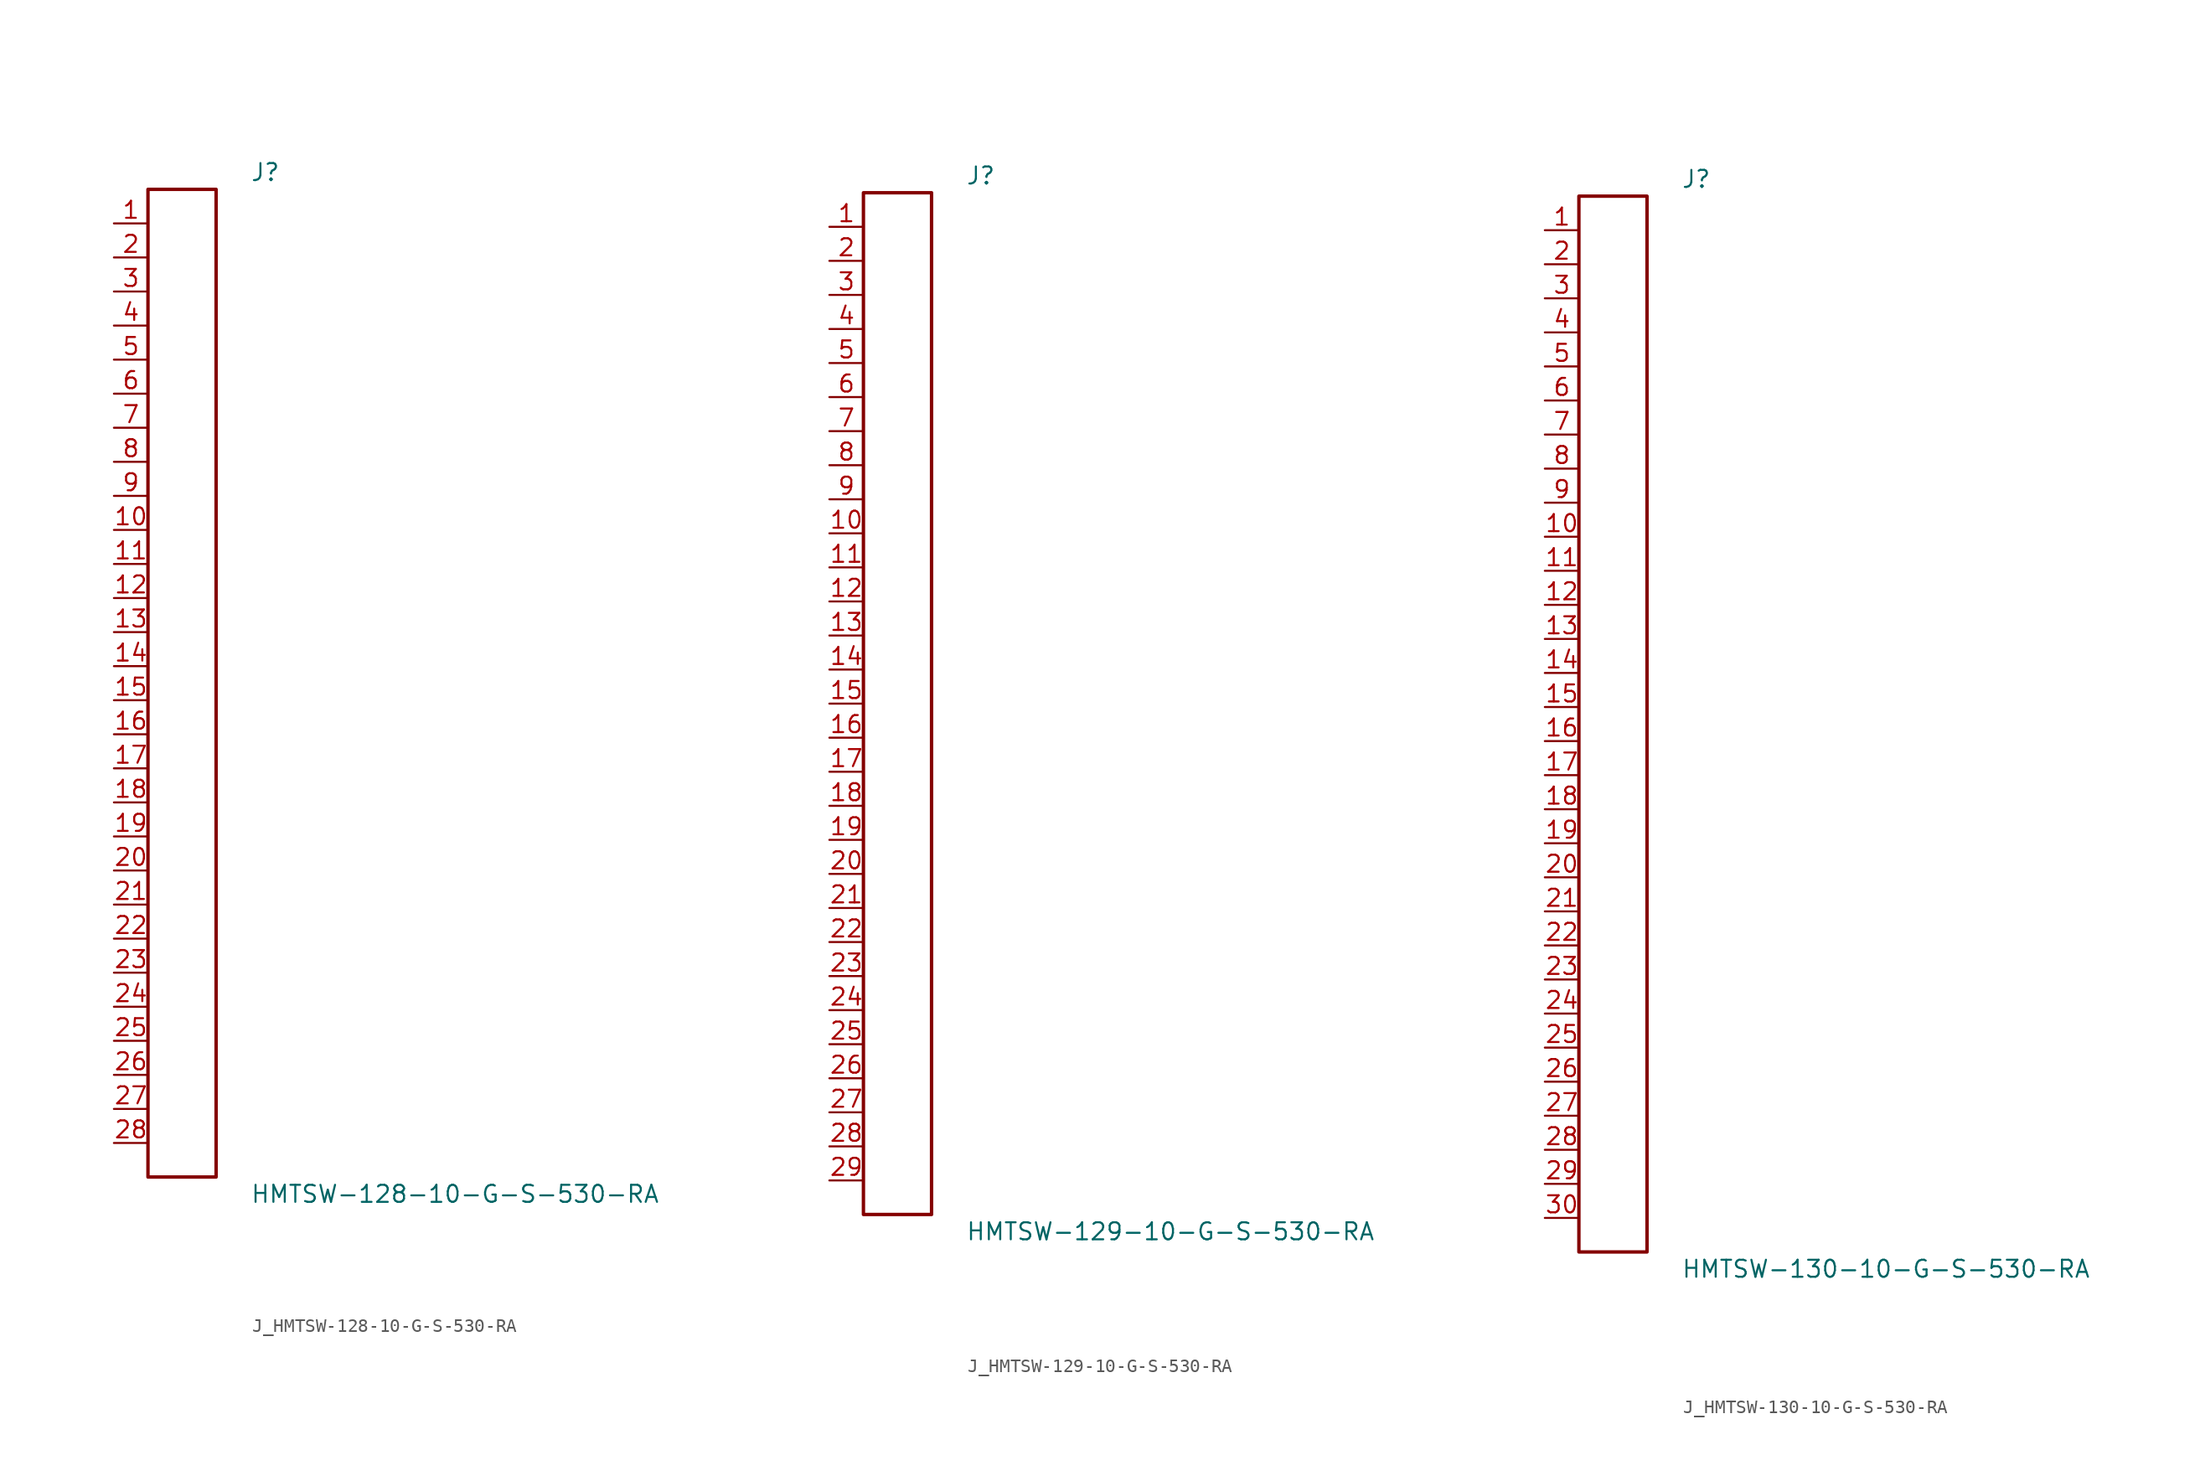
<source format=kicad_sym>
(kicad_symbol_lib
  (version 20231120)
  (generator kicad_symbol_editor)
  (generator_version 8.0)
  (symbol "J_HMTSW-128-10-G-S-530-RA"
    (pin_names
      (offset 0.254))
    (property "Reference" "J"
      (at 5.08 38.1 0)
      (effects (font (size 1.27 1.27)) (justify left)))
    (property "Value" "HMTSW-128-10-G-S-530-RA"
      (at 5.08 -38.1 0)
      (effects (font (size 1.27 1.27)) (justify left)))
    (symbol "J_HMTSW-128-10-G-S-530-RA_0_0"
      (pin unspecified line (at -5.08 34.29 0) (length 2.54) (name "" (effects (font (size 1.27 1.27)))) (number "1" (effects (font (size 1.27 1.27)))))
      (pin unspecified line (at -5.08 31.75 0) (length 2.54) (name "" (effects (font (size 1.27 1.27)))) (number "2" (effects (font (size 1.27 1.27)))))
      (pin unspecified line (at -5.08 29.21 0) (length 2.54) (name "" (effects (font (size 1.27 1.27)))) (number "3" (effects (font (size 1.27 1.27)))))
      (pin unspecified line (at -5.08 26.67 0) (length 2.54) (name "" (effects (font (size 1.27 1.27)))) (number "4" (effects (font (size 1.27 1.27)))))
      (pin unspecified line (at -5.08 24.13 0) (length 2.54) (name "" (effects (font (size 1.27 1.27)))) (number "5" (effects (font (size 1.27 1.27)))))
      (pin unspecified line (at -5.08 21.59 0) (length 2.54) (name "" (effects (font (size 1.27 1.27)))) (number "6" (effects (font (size 1.27 1.27)))))
      (pin unspecified line (at -5.08 19.05 0) (length 2.54) (name "" (effects (font (size 1.27 1.27)))) (number "7" (effects (font (size 1.27 1.27)))))
      (pin unspecified line (at -5.08 16.51 0) (length 2.54) (name "" (effects (font (size 1.27 1.27)))) (number "8" (effects (font (size 1.27 1.27)))))
      (pin unspecified line (at -5.08 13.97 0) (length 2.54) (name "" (effects (font (size 1.27 1.27)))) (number "9" (effects (font (size 1.27 1.27)))))
      (pin unspecified line (at -5.08 11.43 0) (length 2.54) (name "" (effects (font (size 1.27 1.27)))) (number "10" (effects (font (size 1.27 1.27)))))
      (pin unspecified line (at -5.08 8.89 0) (length 2.54) (name "" (effects (font (size 1.27 1.27)))) (number "11" (effects (font (size 1.27 1.27)))))
      (pin unspecified line (at -5.08 6.35 0) (length 2.54) (name "" (effects (font (size 1.27 1.27)))) (number "12" (effects (font (size 1.27 1.27)))))
      (pin unspecified line (at -5.08 3.81 0) (length 2.54) (name "" (effects (font (size 1.27 1.27)))) (number "13" (effects (font (size 1.27 1.27)))))
      (pin unspecified line (at -5.08 1.27 0) (length 2.54) (name "" (effects (font (size 1.27 1.27)))) (number "14" (effects (font (size 1.27 1.27)))))
      (pin unspecified line (at -5.08 -1.27 0) (length 2.54) (name "" (effects (font (size 1.27 1.27)))) (number "15" (effects (font (size 1.27 1.27)))))
      (pin unspecified line (at -5.08 -3.81 0) (length 2.54) (name "" (effects (font (size 1.27 1.27)))) (number "16" (effects (font (size 1.27 1.27)))))
      (pin unspecified line (at -5.08 -6.35 0) (length 2.54) (name "" (effects (font (size 1.27 1.27)))) (number "17" (effects (font (size 1.27 1.27)))))
      (pin unspecified line (at -5.08 -8.89 0) (length 2.54) (name "" (effects (font (size 1.27 1.27)))) (number "18" (effects (font (size 1.27 1.27)))))
      (pin unspecified line (at -5.08 -11.43 0) (length 2.54) (name "" (effects (font (size 1.27 1.27)))) (number "19" (effects (font (size 1.27 1.27)))))
      (pin unspecified line (at -5.08 -13.97 0) (length 2.54) (name "" (effects (font (size 1.27 1.27)))) (number "20" (effects (font (size 1.27 1.27)))))
      (pin unspecified line (at -5.08 -16.51 0) (length 2.54) (name "" (effects (font (size 1.27 1.27)))) (number "21" (effects (font (size 1.27 1.27)))))
      (pin unspecified line (at -5.08 -19.05 0) (length 2.54) (name "" (effects (font (size 1.27 1.27)))) (number "22" (effects (font (size 1.27 1.27)))))
      (pin unspecified line (at -5.08 -21.59 0) (length 2.54) (name "" (effects (font (size 1.27 1.27)))) (number "23" (effects (font (size 1.27 1.27)))))
      (pin unspecified line (at -5.08 -24.13 0) (length 2.54) (name "" (effects (font (size 1.27 1.27)))) (number "24" (effects (font (size 1.27 1.27)))))
      (pin unspecified line (at -5.08 -26.67 0) (length 2.54) (name "" (effects (font (size 1.27 1.27)))) (number "25" (effects (font (size 1.27 1.27)))))
      (pin unspecified line (at -5.08 -29.21 0) (length 2.54) (name "" (effects (font (size 1.27 1.27)))) (number "26" (effects (font (size 1.27 1.27)))))
      (pin unspecified line (at -5.08 -31.75 0) (length 2.54) (name "" (effects (font (size 1.27 1.27)))) (number "27" (effects (font (size 1.27 1.27)))))
      (pin unspecified line (at -5.08 -34.29 0) (length 2.54) (name "" (effects (font (size 1.27 1.27)))) (number "28" (effects (font (size 1.27 1.27))))))
    (symbol "J_HMTSW-128-10-G-S-530-RA_1_0"
      (rectangle (start -2.54 36.83) (end 2.54 -36.83) (stroke (width 0.254) (type solid)) (fill (type none)))))
  (symbol "J_HMTSW-129-10-G-S-530-RA"
    (pin_names
      (offset 0.254))
    (property "Reference" "J"
      (at 5.08 39.37 0)
      (effects (font (size 1.27 1.27)) (justify left)))
    (property "Value" "HMTSW-129-10-G-S-530-RA"
      (at 5.08 -39.37 0)
      (effects (font (size 1.27 1.27)) (justify left)))
    (symbol "J_HMTSW-129-10-G-S-530-RA_0_0"
      (pin unspecified line (at -5.08 35.56 0) (length 2.54) (name "" (effects (font (size 1.27 1.27)))) (number "1" (effects (font (size 1.27 1.27)))))
      (pin unspecified line (at -5.08 33.02 0) (length 2.54) (name "" (effects (font (size 1.27 1.27)))) (number "2" (effects (font (size 1.27 1.27)))))
      (pin unspecified line (at -5.08 30.48 0) (length 2.54) (name "" (effects (font (size 1.27 1.27)))) (number "3" (effects (font (size 1.27 1.27)))))
      (pin unspecified line (at -5.08 27.94 0) (length 2.54) (name "" (effects (font (size 1.27 1.27)))) (number "4" (effects (font (size 1.27 1.27)))))
      (pin unspecified line (at -5.08 25.4 0) (length 2.54) (name "" (effects (font (size 1.27 1.27)))) (number "5" (effects (font (size 1.27 1.27)))))
      (pin unspecified line (at -5.08 22.86 0) (length 2.54) (name "" (effects (font (size 1.27 1.27)))) (number "6" (effects (font (size 1.27 1.27)))))
      (pin unspecified line (at -5.08 20.32 0) (length 2.54) (name "" (effects (font (size 1.27 1.27)))) (number "7" (effects (font (size 1.27 1.27)))))
      (pin unspecified line (at -5.08 17.78 0) (length 2.54) (name "" (effects (font (size 1.27 1.27)))) (number "8" (effects (font (size 1.27 1.27)))))
      (pin unspecified line (at -5.08 15.24 0) (length 2.54) (name "" (effects (font (size 1.27 1.27)))) (number "9" (effects (font (size 1.27 1.27)))))
      (pin unspecified line (at -5.08 12.7 0) (length 2.54) (name "" (effects (font (size 1.27 1.27)))) (number "10" (effects (font (size 1.27 1.27)))))
      (pin unspecified line (at -5.08 10.16 0) (length 2.54) (name "" (effects (font (size 1.27 1.27)))) (number "11" (effects (font (size 1.27 1.27)))))
      (pin unspecified line (at -5.08 7.62 0) (length 2.54) (name "" (effects (font (size 1.27 1.27)))) (number "12" (effects (font (size 1.27 1.27)))))
      (pin unspecified line (at -5.08 5.08 0) (length 2.54) (name "" (effects (font (size 1.27 1.27)))) (number "13" (effects (font (size 1.27 1.27)))))
      (pin unspecified line (at -5.08 2.54 0) (length 2.54) (name "" (effects (font (size 1.27 1.27)))) (number "14" (effects (font (size 1.27 1.27)))))
      (pin unspecified line (at -5.08 0.0 0) (length 2.54) (name "" (effects (font (size 1.27 1.27)))) (number "15" (effects (font (size 1.27 1.27)))))
      (pin unspecified line (at -5.08 -2.54 0) (length 2.54) (name "" (effects (font (size 1.27 1.27)))) (number "16" (effects (font (size 1.27 1.27)))))
      (pin unspecified line (at -5.08 -5.08 0) (length 2.54) (name "" (effects (font (size 1.27 1.27)))) (number "17" (effects (font (size 1.27 1.27)))))
      (pin unspecified line (at -5.08 -7.62 0) (length 2.54) (name "" (effects (font (size 1.27 1.27)))) (number "18" (effects (font (size 1.27 1.27)))))
      (pin unspecified line (at -5.08 -10.16 0) (length 2.54) (name "" (effects (font (size 1.27 1.27)))) (number "19" (effects (font (size 1.27 1.27)))))
      (pin unspecified line (at -5.08 -12.7 0) (length 2.54) (name "" (effects (font (size 1.27 1.27)))) (number "20" (effects (font (size 1.27 1.27)))))
      (pin unspecified line (at -5.08 -15.24 0) (length 2.54) (name "" (effects (font (size 1.27 1.27)))) (number "21" (effects (font (size 1.27 1.27)))))
      (pin unspecified line (at -5.08 -17.78 0) (length 2.54) (name "" (effects (font (size 1.27 1.27)))) (number "22" (effects (font (size 1.27 1.27)))))
      (pin unspecified line (at -5.08 -20.32 0) (length 2.54) (name "" (effects (font (size 1.27 1.27)))) (number "23" (effects (font (size 1.27 1.27)))))
      (pin unspecified line (at -5.08 -22.86 0) (length 2.54) (name "" (effects (font (size 1.27 1.27)))) (number "24" (effects (font (size 1.27 1.27)))))
      (pin unspecified line (at -5.08 -25.4 0) (length 2.54) (name "" (effects (font (size 1.27 1.27)))) (number "25" (effects (font (size 1.27 1.27)))))
      (pin unspecified line (at -5.08 -27.94 0) (length 2.54) (name "" (effects (font (size 1.27 1.27)))) (number "26" (effects (font (size 1.27 1.27)))))
      (pin unspecified line (at -5.08 -30.48 0) (length 2.54) (name "" (effects (font (size 1.27 1.27)))) (number "27" (effects (font (size 1.27 1.27)))))
      (pin unspecified line (at -5.08 -33.02 0) (length 2.54) (name "" (effects (font (size 1.27 1.27)))) (number "28" (effects (font (size 1.27 1.27)))))
      (pin unspecified line (at -5.08 -35.56 0) (length 2.54) (name "" (effects (font (size 1.27 1.27)))) (number "29" (effects (font (size 1.27 1.27))))))
    (symbol "J_HMTSW-129-10-G-S-530-RA_1_0"
      (rectangle (start -2.54 38.1) (end 2.54 -38.1) (stroke (width 0.254) (type solid)) (fill (type none)))))
  (symbol "J_HMTSW-130-10-G-S-530-RA"
    (pin_names
      (offset 0.254))
    (property "Reference" "J"
      (at 5.08 40.64 0)
      (effects (font (size 1.27 1.27)) (justify left)))
    (property "Value" "HMTSW-130-10-G-S-530-RA"
      (at 5.08 -40.64 0)
      (effects (font (size 1.27 1.27)) (justify left)))
    (symbol "J_HMTSW-130-10-G-S-530-RA_0_0"
      (pin unspecified line (at -5.08 36.83 0) (length 2.54) (name "" (effects (font (size 1.27 1.27)))) (number "1" (effects (font (size 1.27 1.27)))))
      (pin unspecified line (at -5.08 34.29 0) (length 2.54) (name "" (effects (font (size 1.27 1.27)))) (number "2" (effects (font (size 1.27 1.27)))))
      (pin unspecified line (at -5.08 31.75 0) (length 2.54) (name "" (effects (font (size 1.27 1.27)))) (number "3" (effects (font (size 1.27 1.27)))))
      (pin unspecified line (at -5.08 29.21 0) (length 2.54) (name "" (effects (font (size 1.27 1.27)))) (number "4" (effects (font (size 1.27 1.27)))))
      (pin unspecified line (at -5.08 26.67 0) (length 2.54) (name "" (effects (font (size 1.27 1.27)))) (number "5" (effects (font (size 1.27 1.27)))))
      (pin unspecified line (at -5.08 24.13 0) (length 2.54) (name "" (effects (font (size 1.27 1.27)))) (number "6" (effects (font (size 1.27 1.27)))))
      (pin unspecified line (at -5.08 21.59 0) (length 2.54) (name "" (effects (font (size 1.27 1.27)))) (number "7" (effects (font (size 1.27 1.27)))))
      (pin unspecified line (at -5.08 19.05 0) (length 2.54) (name "" (effects (font (size 1.27 1.27)))) (number "8" (effects (font (size 1.27 1.27)))))
      (pin unspecified line (at -5.08 16.51 0) (length 2.54) (name "" (effects (font (size 1.27 1.27)))) (number "9" (effects (font (size 1.27 1.27)))))
      (pin unspecified line (at -5.08 13.97 0) (length 2.54) (name "" (effects (font (size 1.27 1.27)))) (number "10" (effects (font (size 1.27 1.27)))))
      (pin unspecified line (at -5.08 11.43 0) (length 2.54) (name "" (effects (font (size 1.27 1.27)))) (number "11" (effects (font (size 1.27 1.27)))))
      (pin unspecified line (at -5.08 8.89 0) (length 2.54) (name "" (effects (font (size 1.27 1.27)))) (number "12" (effects (font (size 1.27 1.27)))))
      (pin unspecified line (at -5.08 6.35 0) (length 2.54) (name "" (effects (font (size 1.27 1.27)))) (number "13" (effects (font (size 1.27 1.27)))))
      (pin unspecified line (at -5.08 3.81 0) (length 2.54) (name "" (effects (font (size 1.27 1.27)))) (number "14" (effects (font (size 1.27 1.27)))))
      (pin unspecified line (at -5.08 1.27 0) (length 2.54) (name "" (effects (font (size 1.27 1.27)))) (number "15" (effects (font (size 1.27 1.27)))))
      (pin unspecified line (at -5.08 -1.27 0) (length 2.54) (name "" (effects (font (size 1.27 1.27)))) (number "16" (effects (font (size 1.27 1.27)))))
      (pin unspecified line (at -5.08 -3.81 0) (length 2.54) (name "" (effects (font (size 1.27 1.27)))) (number "17" (effects (font (size 1.27 1.27)))))
      (pin unspecified line (at -5.08 -6.35 0) (length 2.54) (name "" (effects (font (size 1.27 1.27)))) (number "18" (effects (font (size 1.27 1.27)))))
      (pin unspecified line (at -5.08 -8.89 0) (length 2.54) (name "" (effects (font (size 1.27 1.27)))) (number "19" (effects (font (size 1.27 1.27)))))
      (pin unspecified line (at -5.08 -11.43 0) (length 2.54) (name "" (effects (font (size 1.27 1.27)))) (number "20" (effects (font (size 1.27 1.27)))))
      (pin unspecified line (at -5.08 -13.97 0) (length 2.54) (name "" (effects (font (size 1.27 1.27)))) (number "21" (effects (font (size 1.27 1.27)))))
      (pin unspecified line (at -5.08 -16.51 0) (length 2.54) (name "" (effects (font (size 1.27 1.27)))) (number "22" (effects (font (size 1.27 1.27)))))
      (pin unspecified line (at -5.08 -19.05 0) (length 2.54) (name "" (effects (font (size 1.27 1.27)))) (number "23" (effects (font (size 1.27 1.27)))))
      (pin unspecified line (at -5.08 -21.59 0) (length 2.54) (name "" (effects (font (size 1.27 1.27)))) (number "24" (effects (font (size 1.27 1.27)))))
      (pin unspecified line (at -5.08 -24.13 0) (length 2.54) (name "" (effects (font (size 1.27 1.27)))) (number "25" (effects (font (size 1.27 1.27)))))
      (pin unspecified line (at -5.08 -26.67 0) (length 2.54) (name "" (effects (font (size 1.27 1.27)))) (number "26" (effects (font (size 1.27 1.27)))))
      (pin unspecified line (at -5.08 -29.21 0) (length 2.54) (name "" (effects (font (size 1.27 1.27)))) (number "27" (effects (font (size 1.27 1.27)))))
      (pin unspecified line (at -5.08 -31.75 0) (length 2.54) (name "" (effects (font (size 1.27 1.27)))) (number "28" (effects (font (size 1.27 1.27)))))
      (pin unspecified line (at -5.08 -34.29 0) (length 2.54) (name "" (effects (font (size 1.27 1.27)))) (number "29" (effects (font (size 1.27 1.27)))))
      (pin unspecified line (at -5.08 -36.83 0) (length 2.54) (name "" (effects (font (size 1.27 1.27)))) (number "30" (effects (font (size 1.27 1.27))))))
    (symbol "J_HMTSW-130-10-G-S-530-RA_1_0"
      (rectangle (start -2.54 39.37) (end 2.54 -39.37) (stroke (width 0.254) (type solid)) (fill (type none))))))
</source>
